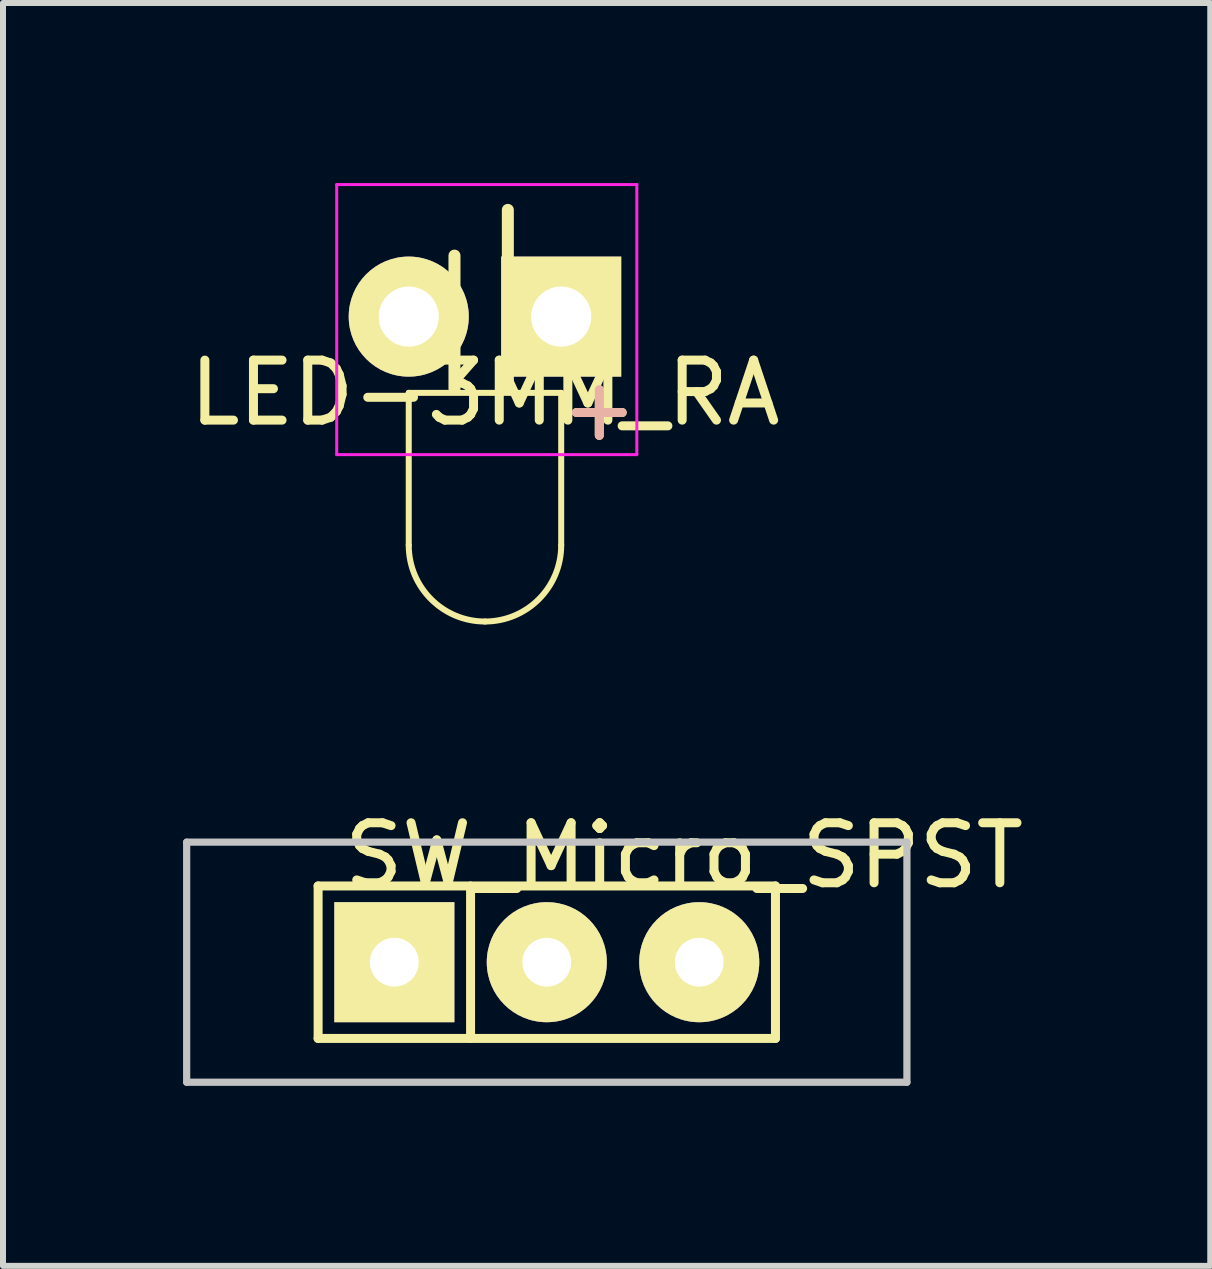
<source format=kicad_pcb>
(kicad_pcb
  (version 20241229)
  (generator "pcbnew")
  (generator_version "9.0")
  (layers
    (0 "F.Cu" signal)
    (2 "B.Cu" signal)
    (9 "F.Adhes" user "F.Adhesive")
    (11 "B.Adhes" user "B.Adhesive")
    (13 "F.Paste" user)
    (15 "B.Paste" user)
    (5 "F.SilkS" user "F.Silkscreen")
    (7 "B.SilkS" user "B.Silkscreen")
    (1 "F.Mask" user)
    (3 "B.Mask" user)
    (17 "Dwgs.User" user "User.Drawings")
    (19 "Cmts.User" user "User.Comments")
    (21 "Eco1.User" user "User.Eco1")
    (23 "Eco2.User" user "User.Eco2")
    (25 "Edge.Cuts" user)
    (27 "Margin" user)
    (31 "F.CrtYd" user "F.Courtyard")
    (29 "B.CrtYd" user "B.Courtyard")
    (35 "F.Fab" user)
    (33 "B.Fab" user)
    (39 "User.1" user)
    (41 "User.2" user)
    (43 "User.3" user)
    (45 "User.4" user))
  (footprint "LED-3MM_RA"
    (layer "F.Cu")
    (at 3.76 2.225)
    (property "Reference" "LED-3MM_RA" (at 1.27 1.27 0) (layer "F.SilkS") (effects (font (size 1 1) (thickness 0.15))))
    (attr through_hole)
    (fp_line (start 0 1.27) (end 2.54 1.27) (stroke (width 0.1) (type solid)) (layer "F.SilkS"))
    (fp_line (start 0 3.81) (end 0 1.27) (stroke (width 0.1) (type solid)) (layer "F.SilkS"))
    (fp_line (start 0.762 1.2) (end 0.762 -1.016) (stroke (width 0.2) (type solid)) (layer "F.SilkS"))
    (fp_line (start 1.651 1.2) (end 1.651 -1.778) (stroke (width 0.2) (type solid)) (layer "F.SilkS"))
    (fp_line (start 2.54 1.27) (end 2.54 3.81) (stroke (width 0.1) (type solid)) (layer "F.SilkS"))
    (fp_arc (start 1.27 5.08) (mid 0.371974 4.708026) (end 0 3.81) (stroke (width 0.1) (type solid)) (layer "F.SilkS"))
    (fp_arc (start 2.54 3.81) (mid 2.168026 4.708026) (end 1.27 5.08) (stroke (width 0.1) (type solid)) (layer "F.SilkS"))
    (fp_line (start -1.2 -2.2) (end -1.2 2.3) (stroke (width 0.05) (type solid)) (layer "F.CrtYd"))
    (fp_line (start -1.2 2.3) (end 3.8 2.3) (stroke (width 0.05) (type solid)) (layer "F.CrtYd"))
    (fp_line (start 3.8 -2.2) (end -1.2 -2.2) (stroke (width 0.05) (type solid)) (layer "F.CrtYd"))
    (fp_line (start 3.8 2.3) (end 3.8 -2.2) (stroke (width 0.05) (type solid)) (layer "F.CrtYd"))
    (fp_text user "+" (at 3.175 1.524 0) (layer "F.SilkS") (effects (font (size 1 1) (thickness 0.15))))
    (fp_text user "+" (at 3.175 1.524 0) (layer "B.SilkS") (effects (font (size 1 1) (thickness 0.15)) (justify mirror)))
    (pad "1" thru_hole circle (at 0 0 90) (size 2 2) (drill 1.001) (layers "*.Cu" "*.Mask" "F.SilkS"))
    (pad "2" thru_hole rect (at 2.54 0) (size 2 2) (drill 1.001) (layers "*.Cu" "*.Mask" "F.SilkS")))
  (footprint "SW_Micro_SPST"
    (layer "F.Cu")
    (at 6.06 12.981)
    (property "Reference" "SW_Micro_SPST" (at 2.286 -1.778 0) (layer "F.SilkS") (effects (font (size 1 1) (thickness 0.15))))
    (attr through_hole)
    (fp_line (start -3.81 -1.27) (end 3.81 -1.27) (stroke (width 0.15) (type solid)) (layer "F.SilkS"))
    (fp_line (start -3.81 1.27) (end -3.81 -1.27) (stroke (width 0.15) (type solid)) (layer "F.SilkS"))
    (fp_line (start -1.27 -1.27) (end -1.27 1.27) (stroke (width 0.15) (type solid)) (layer "F.SilkS"))
    (fp_line (start 3.81 -1.27) (end 3.81 1.27) (stroke (width 0.15) (type solid)) (layer "F.SilkS"))
    (fp_line (start 3.81 1.27) (end -3.81 1.27) (stroke (width 0.15) (type solid)) (layer "F.SilkS"))
    (fp_line (start -6 -2) (end -6 2) (stroke (width 0.12) (type solid)) (layer "Dwgs.User"))
    (fp_line (start -6 2) (end 6 2) (stroke (width 0.12) (type solid)) (layer "Dwgs.User"))
    (fp_line (start 6 -2) (end -6 -2) (stroke (width 0.12) (type solid)) (layer "Dwgs.User"))
    (fp_line (start 6 2) (end 6 -2) (stroke (width 0.12) (type solid)) (layer "Dwgs.User"))
    (pad "1" thru_hole rect (at -2.54 0) (size 2 2) (drill 0.813) (layers "*.Cu" "*.Mask" "F.SilkS"))
    (pad "2" thru_hole circle (at 0 0) (size 2 2) (drill 0.813) (layers "*.Cu" "*.Mask" "F.SilkS"))
    (pad "3" thru_hole circle (at 2.54 0) (size 2 2) (drill 0.813) (layers "*.Cu" "*.Mask" "F.SilkS")))
  (gr_rect
    (start -3 -3)
    (end 17.114 18.041)
    (stroke (width 0.1) (type default))
    (fill no)
    (layer "Edge.Cuts")))
</source>
